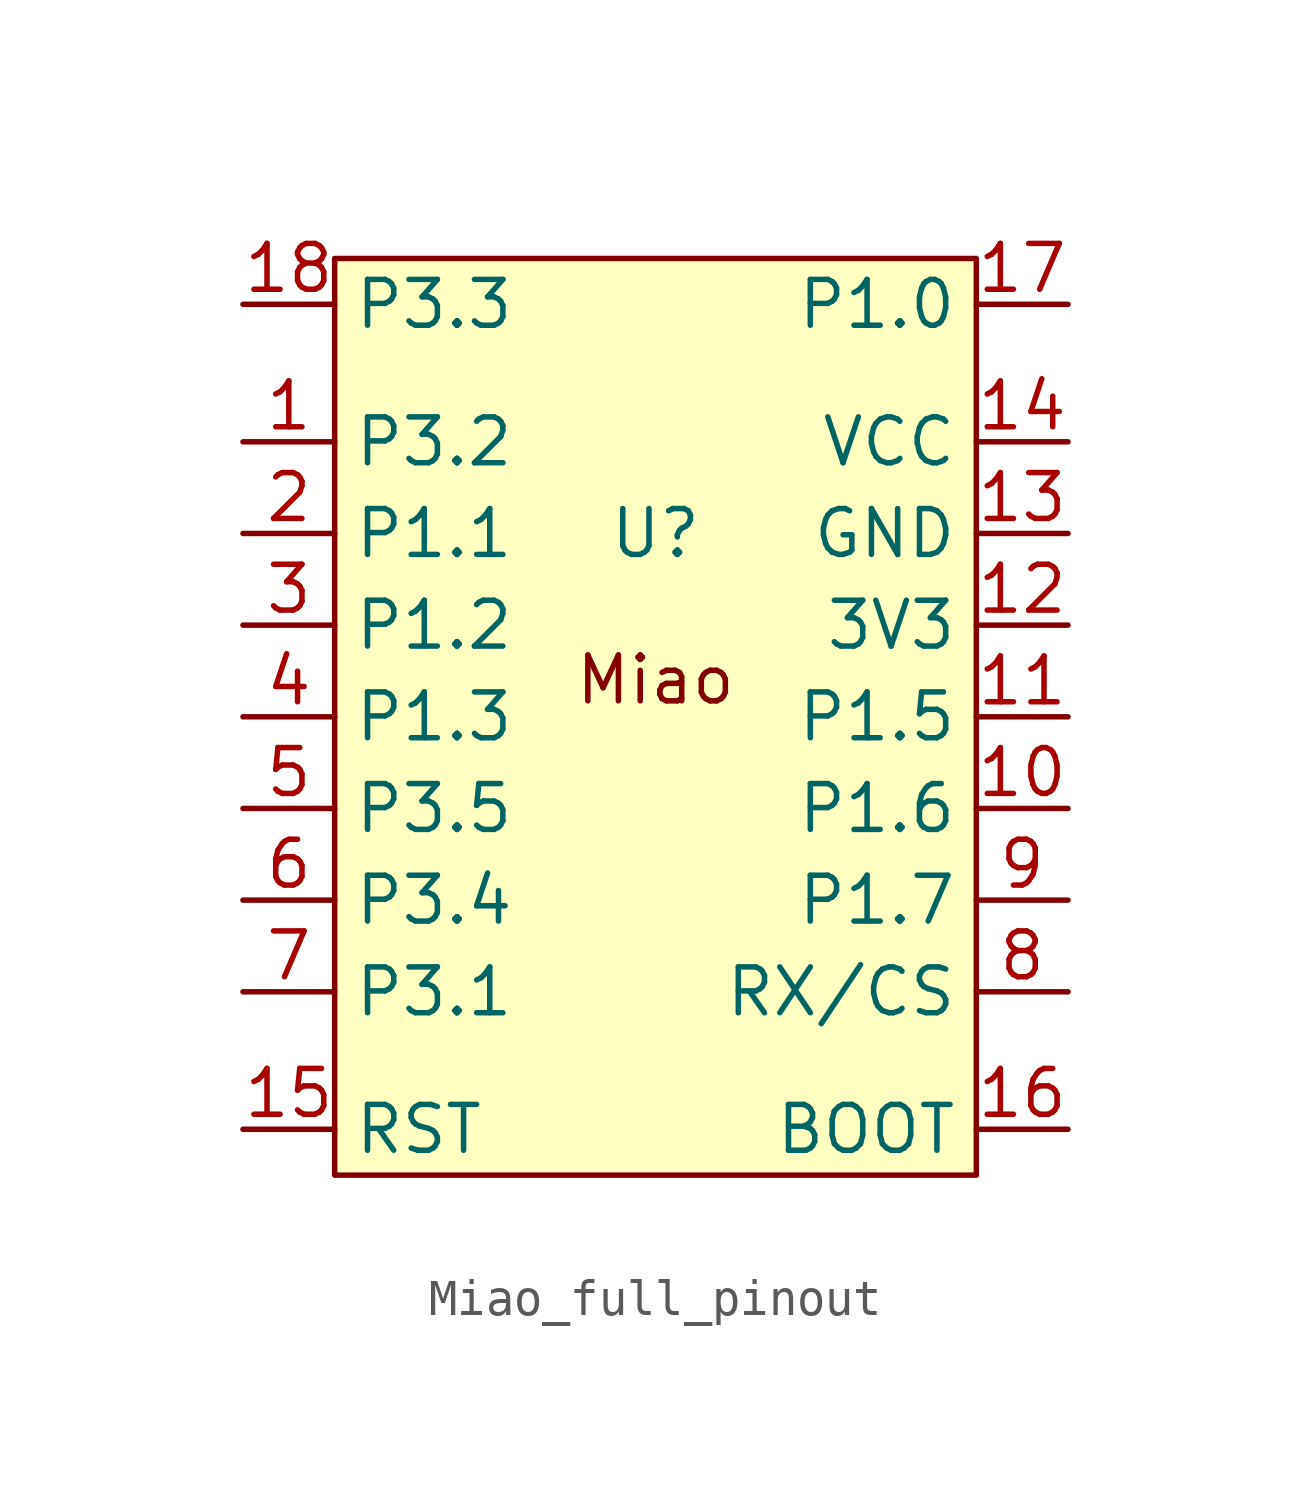
<source format=kicad_sym>
(kicad_symbol_lib
  (version 20220914)
  (generator kicad_symbol_editor)
  (symbol "Miao_full_pinout"
    (property "Reference" "U"
      (at 0 5.08 0)
      (effects (font (size 1.27 1.27))))
    (property "Value" ""
      (at 3.81 -3.81 0)
      (effects (font (size 1.27 1.27))))
    (symbol "Miao_full_pinout_1_1"
      (rectangle (start -8.89 12.7) (end 8.89 -12.7) (stroke (width 0) (type default)) (fill (type background)))
      (text "Miao\n\n" (at 0 0 0) (effects (font (size 1.27 1.27))))
      (pin bidirectional line (at -11.43 7.62 0) (length 2.54) (name "P3.2" (effects (font (size 1.27 1.27)))) (number "1" (effects (font (size 1.27 1.27)))))
      (pin bidirectional line (at 11.43 -2.54 180) (length 2.54) (name "P1.6" (effects (font (size 1.27 1.27)))) (number "10" (effects (font (size 1.27 1.27)))))
      (pin bidirectional line (at 11.43 0 180) (length 2.54) (name "P1.5" (effects (font (size 1.27 1.27)))) (number "11" (effects (font (size 1.27 1.27)))))
      (pin power_out line (at 11.43 2.54 180) (length 2.54) (name "3V3" (effects (font (size 1.27 1.27)))) (number "12" (effects (font (size 1.27 1.27)))))
      (pin power_out line (at 11.43 5.08 180) (length 2.54) (name "GND" (effects (font (size 1.27 1.27)))) (number "13" (effects (font (size 1.27 1.27)))))
      (pin power_in line (at 11.43 7.62 180) (length 2.54) (name "VCC" (effects (font (size 1.27 1.27)))) (number "14" (effects (font (size 1.27 1.27)))))
      (pin input line (at -11.43 -11.43 0) (length 2.54) (name "RST" (effects (font (size 1.27 1.27)))) (number "15" (effects (font (size 1.27 1.27)))))
      (pin input line (at 11.43 -11.43 180) (length 2.54) (name "BOOT" (effects (font (size 1.27 1.27)))) (number "16" (effects (font (size 1.27 1.27)))))
      (pin bidirectional line (at 11.43 11.43 180) (length 2.54) (name "P1.0" (effects (font (size 1.27 1.27)))) (number "17" (effects (font (size 1.27 1.27)))))
      (pin bidirectional line (at -11.43 11.43 0) (length 2.54) (name "P3.3" (effects (font (size 1.27 1.27)))) (number "18" (effects (font (size 1.27 1.27)))))
      (pin bidirectional line (at -11.43 5.08 0) (length 2.54) (name "P1.1" (effects (font (size 1.27 1.27)))) (number "2" (effects (font (size 1.27 1.27)))))
      (pin bidirectional line (at -11.43 2.54 0) (length 2.54) (name "P1.2" (effects (font (size 1.27 1.27)))) (number "3" (effects (font (size 1.27 1.27)))))
      (pin bidirectional line (at -11.43 0 0) (length 2.54) (name "P1.3" (effects (font (size 1.27 1.27)))) (number "4" (effects (font (size 1.27 1.27)))))
      (pin bidirectional line (at -11.43 -2.54 0) (length 2.54) (name "P3.5" (effects (font (size 1.27 1.27)))) (number "5" (effects (font (size 1.27 1.27)))))
      (pin bidirectional line (at -11.43 -5.08 0) (length 2.54) (name "P3.4" (effects (font (size 1.27 1.27)))) (number "6" (effects (font (size 1.27 1.27)))))
      (pin bidirectional line (at -11.43 -7.62 0) (length 2.54) (name "P3.1" (effects (font (size 1.27 1.27)))) (number "7" (effects (font (size 1.27 1.27)))))
      (pin bidirectional line (at 11.43 -7.62 180) (length 2.54) (name "RX/CS" (effects (font (size 1.27 1.27)))) (number "8" (effects (font (size 1.27 1.27)))))
      (pin bidirectional line (at 11.43 -5.08 180) (length 2.54) (name "P1.7" (effects (font (size 1.27 1.27)))) (number "9" (effects (font (size 1.27 1.27))))))))
</source>
